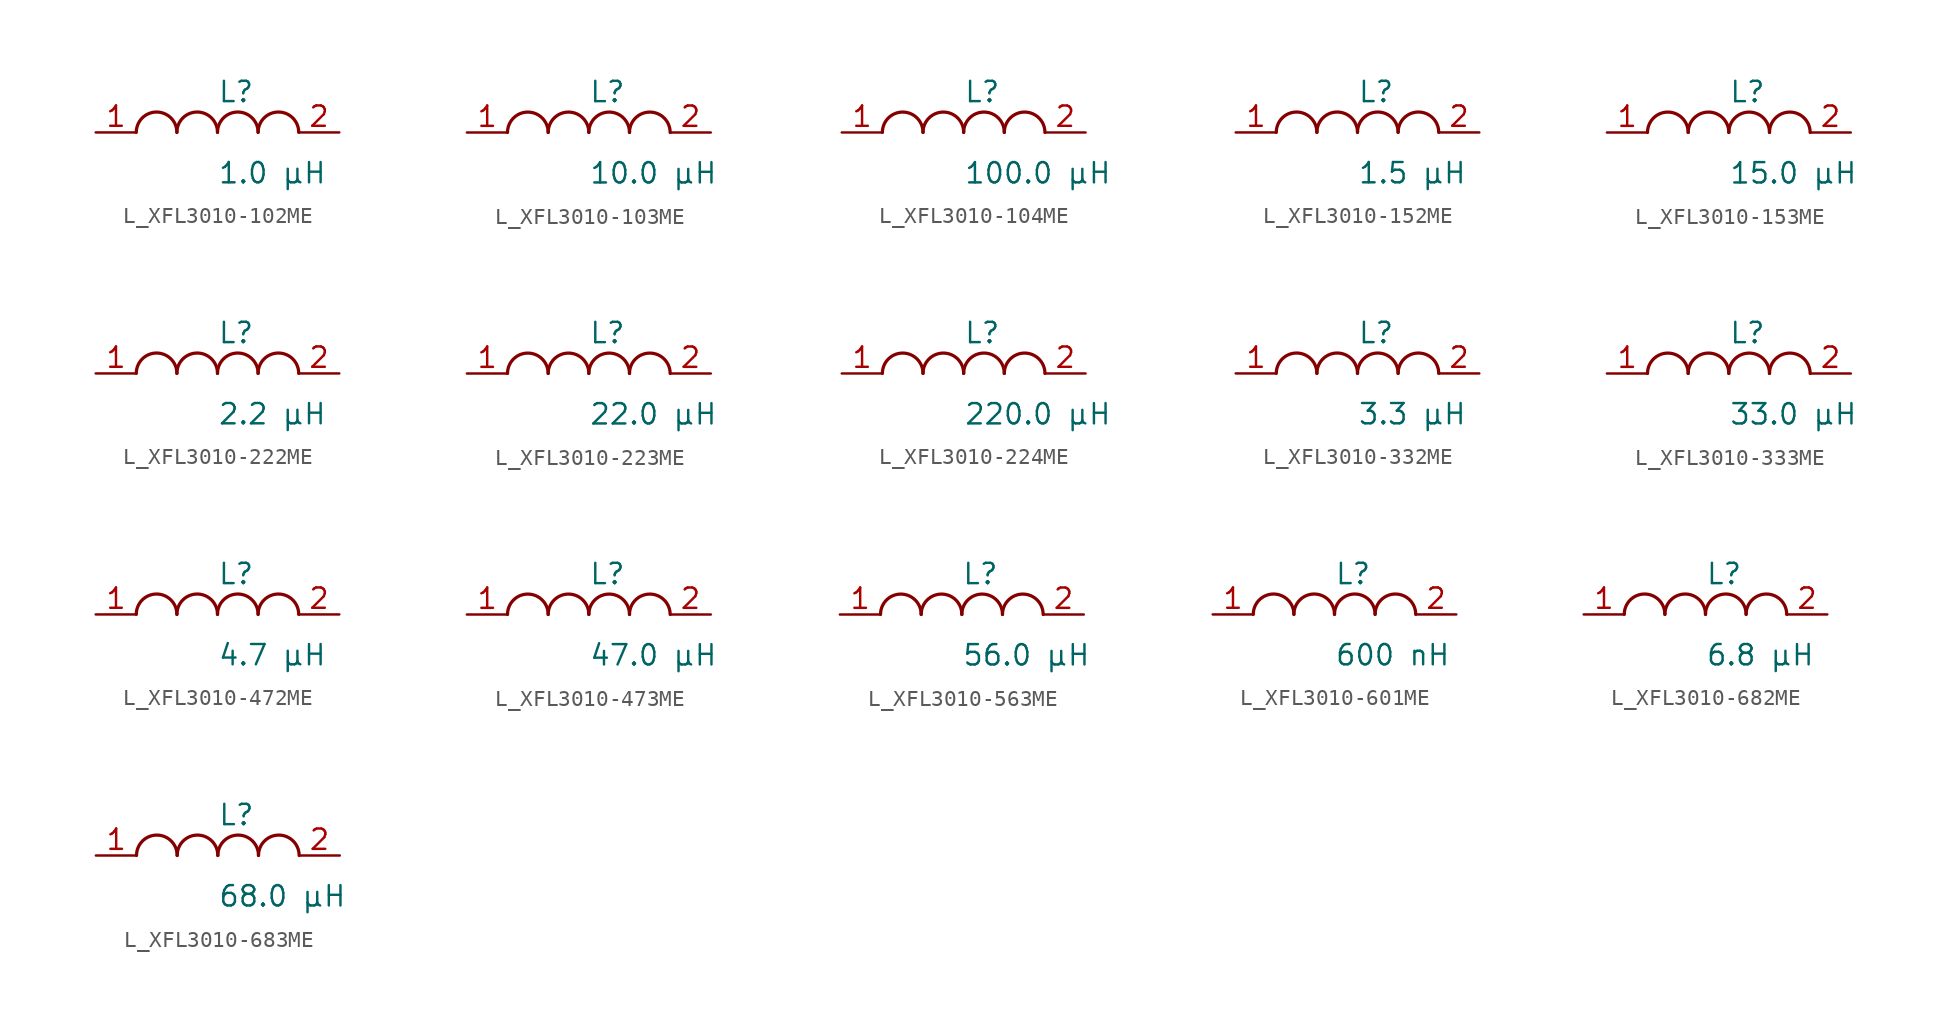
<source format=kicad_sym>
(kicad_symbol_lib
  (version 20231120)
  (generator kicad_symbol_editor)
  (generator_version 8.0)
  (symbol "L_XFL3010-102ME"
    (pin_names
      (offset 0.254))
    (property "Reference" "L"
      (at 0 2.54 0)
      (effects (font (size 1.27 1.27)) (justify left)))
    (property "Value" "1.0 µH"
      (at 0 -2.54 0)
      (effects (font (size 1.27 1.27)) (justify left)))
    (symbol "L_XFL3010-102ME_1_1"
      (arc (start -2.54 0.0056) (mid -3.81 1.27) (end -5.08 0.0056) (stroke (width 0.2032) (type default)) (fill (type none)))
      (arc (start 0 0.0056) (mid -1.27 1.27) (end -2.54 0.0056) (stroke (width 0.2032) (type default)) (fill (type none)))
      (arc (start 2.54 0.0056) (mid 1.27 1.27) (end 0 0.0056) (stroke (width 0.2032) (type default)) (fill (type none)))
      (arc (start 5.08 0.0056) (mid 3.81 1.27) (end 2.54 0.0056) (stroke (width 0.2032) (type default)) (fill (type none)))
      (pin unspecified line (at -7.62 0 0) (length 2.54) (name "" (effects (font (size 1.27 1.27)))) (number "1" (effects (font (size 1.27 1.27)))))
      (pin unspecified line (at 7.62 0 180) (length 2.54) (name "" (effects (font (size 1.27 1.27)))) (number "2" (effects (font (size 1.27 1.27)))))))
  (symbol "L_XFL3010-103ME"
    (pin_names
      (offset 0.254))
    (property "Reference" "L"
      (at 0 2.54 0)
      (effects (font (size 1.27 1.27)) (justify left)))
    (property "Value" "10.0 µH"
      (at 0 -2.54 0)
      (effects (font (size 1.27 1.27)) (justify left)))
    (symbol "L_XFL3010-103ME_1_1"
      (arc (start -2.54 0.0056) (mid -3.81 1.27) (end -5.08 0.0056) (stroke (width 0.2032) (type default)) (fill (type none)))
      (arc (start 0 0.0056) (mid -1.27 1.27) (end -2.54 0.0056) (stroke (width 0.2032) (type default)) (fill (type none)))
      (arc (start 2.54 0.0056) (mid 1.27 1.27) (end 0 0.0056) (stroke (width 0.2032) (type default)) (fill (type none)))
      (arc (start 5.08 0.0056) (mid 3.81 1.27) (end 2.54 0.0056) (stroke (width 0.2032) (type default)) (fill (type none)))
      (pin unspecified line (at -7.62 0 0) (length 2.54) (name "" (effects (font (size 1.27 1.27)))) (number "1" (effects (font (size 1.27 1.27)))))
      (pin unspecified line (at 7.62 0 180) (length 2.54) (name "" (effects (font (size 1.27 1.27)))) (number "2" (effects (font (size 1.27 1.27)))))))
  (symbol "L_XFL3010-104ME"
    (pin_names
      (offset 0.254))
    (property "Reference" "L"
      (at 0 2.54 0)
      (effects (font (size 1.27 1.27)) (justify left)))
    (property "Value" "100.0 µH"
      (at 0 -2.54 0)
      (effects (font (size 1.27 1.27)) (justify left)))
    (symbol "L_XFL3010-104ME_1_1"
      (arc (start -2.54 0.0056) (mid -3.81 1.27) (end -5.08 0.0056) (stroke (width 0.2032) (type default)) (fill (type none)))
      (arc (start 0 0.0056) (mid -1.27 1.27) (end -2.54 0.0056) (stroke (width 0.2032) (type default)) (fill (type none)))
      (arc (start 2.54 0.0056) (mid 1.27 1.27) (end 0 0.0056) (stroke (width 0.2032) (type default)) (fill (type none)))
      (arc (start 5.08 0.0056) (mid 3.81 1.27) (end 2.54 0.0056) (stroke (width 0.2032) (type default)) (fill (type none)))
      (pin unspecified line (at -7.62 0 0) (length 2.54) (name "" (effects (font (size 1.27 1.27)))) (number "1" (effects (font (size 1.27 1.27)))))
      (pin unspecified line (at 7.62 0 180) (length 2.54) (name "" (effects (font (size 1.27 1.27)))) (number "2" (effects (font (size 1.27 1.27)))))))
  (symbol "L_XFL3010-152ME"
    (pin_names
      (offset 0.254))
    (property "Reference" "L"
      (at 0 2.54 0)
      (effects (font (size 1.27 1.27)) (justify left)))
    (property "Value" "1.5 µH"
      (at 0 -2.54 0)
      (effects (font (size 1.27 1.27)) (justify left)))
    (symbol "L_XFL3010-152ME_1_1"
      (arc (start -2.54 0.0056) (mid -3.81 1.27) (end -5.08 0.0056) (stroke (width 0.2032) (type default)) (fill (type none)))
      (arc (start 0 0.0056) (mid -1.27 1.27) (end -2.54 0.0056) (stroke (width 0.2032) (type default)) (fill (type none)))
      (arc (start 2.54 0.0056) (mid 1.27 1.27) (end 0 0.0056) (stroke (width 0.2032) (type default)) (fill (type none)))
      (arc (start 5.08 0.0056) (mid 3.81 1.27) (end 2.54 0.0056) (stroke (width 0.2032) (type default)) (fill (type none)))
      (pin unspecified line (at -7.62 0 0) (length 2.54) (name "" (effects (font (size 1.27 1.27)))) (number "1" (effects (font (size 1.27 1.27)))))
      (pin unspecified line (at 7.62 0 180) (length 2.54) (name "" (effects (font (size 1.27 1.27)))) (number "2" (effects (font (size 1.27 1.27)))))))
  (symbol "L_XFL3010-153ME"
    (pin_names
      (offset 0.254))
    (property "Reference" "L"
      (at 0 2.54 0)
      (effects (font (size 1.27 1.27)) (justify left)))
    (property "Value" "15.0 µH"
      (at 0 -2.54 0)
      (effects (font (size 1.27 1.27)) (justify left)))
    (symbol "L_XFL3010-153ME_1_1"
      (arc (start -2.54 0.0056) (mid -3.81 1.27) (end -5.08 0.0056) (stroke (width 0.2032) (type default)) (fill (type none)))
      (arc (start 0 0.0056) (mid -1.27 1.27) (end -2.54 0.0056) (stroke (width 0.2032) (type default)) (fill (type none)))
      (arc (start 2.54 0.0056) (mid 1.27 1.27) (end 0 0.0056) (stroke (width 0.2032) (type default)) (fill (type none)))
      (arc (start 5.08 0.0056) (mid 3.81 1.27) (end 2.54 0.0056) (stroke (width 0.2032) (type default)) (fill (type none)))
      (pin unspecified line (at -7.62 0 0) (length 2.54) (name "" (effects (font (size 1.27 1.27)))) (number "1" (effects (font (size 1.27 1.27)))))
      (pin unspecified line (at 7.62 0 180) (length 2.54) (name "" (effects (font (size 1.27 1.27)))) (number "2" (effects (font (size 1.27 1.27)))))))
  (symbol "L_XFL3010-222ME"
    (pin_names
      (offset 0.254))
    (property "Reference" "L"
      (at 0 2.54 0)
      (effects (font (size 1.27 1.27)) (justify left)))
    (property "Value" "2.2 µH"
      (at 0 -2.54 0)
      (effects (font (size 1.27 1.27)) (justify left)))
    (symbol "L_XFL3010-222ME_1_1"
      (arc (start -2.54 0.0056) (mid -3.81 1.27) (end -5.08 0.0056) (stroke (width 0.2032) (type default)) (fill (type none)))
      (arc (start 0 0.0056) (mid -1.27 1.27) (end -2.54 0.0056) (stroke (width 0.2032) (type default)) (fill (type none)))
      (arc (start 2.54 0.0056) (mid 1.27 1.27) (end 0 0.0056) (stroke (width 0.2032) (type default)) (fill (type none)))
      (arc (start 5.08 0.0056) (mid 3.81 1.27) (end 2.54 0.0056) (stroke (width 0.2032) (type default)) (fill (type none)))
      (pin unspecified line (at -7.62 0 0) (length 2.54) (name "" (effects (font (size 1.27 1.27)))) (number "1" (effects (font (size 1.27 1.27)))))
      (pin unspecified line (at 7.62 0 180) (length 2.54) (name "" (effects (font (size 1.27 1.27)))) (number "2" (effects (font (size 1.27 1.27)))))))
  (symbol "L_XFL3010-223ME"
    (pin_names
      (offset 0.254))
    (property "Reference" "L"
      (at 0 2.54 0)
      (effects (font (size 1.27 1.27)) (justify left)))
    (property "Value" "22.0 µH"
      (at 0 -2.54 0)
      (effects (font (size 1.27 1.27)) (justify left)))
    (symbol "L_XFL3010-223ME_1_1"
      (arc (start -2.54 0.0056) (mid -3.81 1.27) (end -5.08 0.0056) (stroke (width 0.2032) (type default)) (fill (type none)))
      (arc (start 0 0.0056) (mid -1.27 1.27) (end -2.54 0.0056) (stroke (width 0.2032) (type default)) (fill (type none)))
      (arc (start 2.54 0.0056) (mid 1.27 1.27) (end 0 0.0056) (stroke (width 0.2032) (type default)) (fill (type none)))
      (arc (start 5.08 0.0056) (mid 3.81 1.27) (end 2.54 0.0056) (stroke (width 0.2032) (type default)) (fill (type none)))
      (pin unspecified line (at -7.62 0 0) (length 2.54) (name "" (effects (font (size 1.27 1.27)))) (number "1" (effects (font (size 1.27 1.27)))))
      (pin unspecified line (at 7.62 0 180) (length 2.54) (name "" (effects (font (size 1.27 1.27)))) (number "2" (effects (font (size 1.27 1.27)))))))
  (symbol "L_XFL3010-224ME"
    (pin_names
      (offset 0.254))
    (property "Reference" "L"
      (at 0 2.54 0)
      (effects (font (size 1.27 1.27)) (justify left)))
    (property "Value" "220.0 µH"
      (at 0 -2.54 0)
      (effects (font (size 1.27 1.27)) (justify left)))
    (symbol "L_XFL3010-224ME_1_1"
      (arc (start -2.54 0.0056) (mid -3.81 1.27) (end -5.08 0.0056) (stroke (width 0.2032) (type default)) (fill (type none)))
      (arc (start 0 0.0056) (mid -1.27 1.27) (end -2.54 0.0056) (stroke (width 0.2032) (type default)) (fill (type none)))
      (arc (start 2.54 0.0056) (mid 1.27 1.27) (end 0 0.0056) (stroke (width 0.2032) (type default)) (fill (type none)))
      (arc (start 5.08 0.0056) (mid 3.81 1.27) (end 2.54 0.0056) (stroke (width 0.2032) (type default)) (fill (type none)))
      (pin unspecified line (at -7.62 0 0) (length 2.54) (name "" (effects (font (size 1.27 1.27)))) (number "1" (effects (font (size 1.27 1.27)))))
      (pin unspecified line (at 7.62 0 180) (length 2.54) (name "" (effects (font (size 1.27 1.27)))) (number "2" (effects (font (size 1.27 1.27)))))))
  (symbol "L_XFL3010-332ME"
    (pin_names
      (offset 0.254))
    (property "Reference" "L"
      (at 0 2.54 0)
      (effects (font (size 1.27 1.27)) (justify left)))
    (property "Value" "3.3 µH"
      (at 0 -2.54 0)
      (effects (font (size 1.27 1.27)) (justify left)))
    (symbol "L_XFL3010-332ME_1_1"
      (arc (start -2.54 0.0056) (mid -3.81 1.27) (end -5.08 0.0056) (stroke (width 0.2032) (type default)) (fill (type none)))
      (arc (start 0 0.0056) (mid -1.27 1.27) (end -2.54 0.0056) (stroke (width 0.2032) (type default)) (fill (type none)))
      (arc (start 2.54 0.0056) (mid 1.27 1.27) (end 0 0.0056) (stroke (width 0.2032) (type default)) (fill (type none)))
      (arc (start 5.08 0.0056) (mid 3.81 1.27) (end 2.54 0.0056) (stroke (width 0.2032) (type default)) (fill (type none)))
      (pin unspecified line (at -7.62 0 0) (length 2.54) (name "" (effects (font (size 1.27 1.27)))) (number "1" (effects (font (size 1.27 1.27)))))
      (pin unspecified line (at 7.62 0 180) (length 2.54) (name "" (effects (font (size 1.27 1.27)))) (number "2" (effects (font (size 1.27 1.27)))))))
  (symbol "L_XFL3010-333ME"
    (pin_names
      (offset 0.254))
    (property "Reference" "L"
      (at 0 2.54 0)
      (effects (font (size 1.27 1.27)) (justify left)))
    (property "Value" "33.0 µH"
      (at 0 -2.54 0)
      (effects (font (size 1.27 1.27)) (justify left)))
    (symbol "L_XFL3010-333ME_1_1"
      (arc (start -2.54 0.0056) (mid -3.81 1.27) (end -5.08 0.0056) (stroke (width 0.2032) (type default)) (fill (type none)))
      (arc (start 0 0.0056) (mid -1.27 1.27) (end -2.54 0.0056) (stroke (width 0.2032) (type default)) (fill (type none)))
      (arc (start 2.54 0.0056) (mid 1.27 1.27) (end 0 0.0056) (stroke (width 0.2032) (type default)) (fill (type none)))
      (arc (start 5.08 0.0056) (mid 3.81 1.27) (end 2.54 0.0056) (stroke (width 0.2032) (type default)) (fill (type none)))
      (pin unspecified line (at -7.62 0 0) (length 2.54) (name "" (effects (font (size 1.27 1.27)))) (number "1" (effects (font (size 1.27 1.27)))))
      (pin unspecified line (at 7.62 0 180) (length 2.54) (name "" (effects (font (size 1.27 1.27)))) (number "2" (effects (font (size 1.27 1.27)))))))
  (symbol "L_XFL3010-472ME"
    (pin_names
      (offset 0.254))
    (property "Reference" "L"
      (at 0 2.54 0)
      (effects (font (size 1.27 1.27)) (justify left)))
    (property "Value" "4.7 µH"
      (at 0 -2.54 0)
      (effects (font (size 1.27 1.27)) (justify left)))
    (symbol "L_XFL3010-472ME_1_1"
      (arc (start -2.54 0.0056) (mid -3.81 1.27) (end -5.08 0.0056) (stroke (width 0.2032) (type default)) (fill (type none)))
      (arc (start 0 0.0056) (mid -1.27 1.27) (end -2.54 0.0056) (stroke (width 0.2032) (type default)) (fill (type none)))
      (arc (start 2.54 0.0056) (mid 1.27 1.27) (end 0 0.0056) (stroke (width 0.2032) (type default)) (fill (type none)))
      (arc (start 5.08 0.0056) (mid 3.81 1.27) (end 2.54 0.0056) (stroke (width 0.2032) (type default)) (fill (type none)))
      (pin unspecified line (at -7.62 0 0) (length 2.54) (name "" (effects (font (size 1.27 1.27)))) (number "1" (effects (font (size 1.27 1.27)))))
      (pin unspecified line (at 7.62 0 180) (length 2.54) (name "" (effects (font (size 1.27 1.27)))) (number "2" (effects (font (size 1.27 1.27)))))))
  (symbol "L_XFL3010-473ME"
    (pin_names
      (offset 0.254))
    (property "Reference" "L"
      (at 0 2.54 0)
      (effects (font (size 1.27 1.27)) (justify left)))
    (property "Value" "47.0 µH"
      (at 0 -2.54 0)
      (effects (font (size 1.27 1.27)) (justify left)))
    (symbol "L_XFL3010-473ME_1_1"
      (arc (start -2.54 0.0056) (mid -3.81 1.27) (end -5.08 0.0056) (stroke (width 0.2032) (type default)) (fill (type none)))
      (arc (start 0 0.0056) (mid -1.27 1.27) (end -2.54 0.0056) (stroke (width 0.2032) (type default)) (fill (type none)))
      (arc (start 2.54 0.0056) (mid 1.27 1.27) (end 0 0.0056) (stroke (width 0.2032) (type default)) (fill (type none)))
      (arc (start 5.08 0.0056) (mid 3.81 1.27) (end 2.54 0.0056) (stroke (width 0.2032) (type default)) (fill (type none)))
      (pin unspecified line (at -7.62 0 0) (length 2.54) (name "" (effects (font (size 1.27 1.27)))) (number "1" (effects (font (size 1.27 1.27)))))
      (pin unspecified line (at 7.62 0 180) (length 2.54) (name "" (effects (font (size 1.27 1.27)))) (number "2" (effects (font (size 1.27 1.27)))))))
  (symbol "L_XFL3010-563ME"
    (pin_names
      (offset 0.254))
    (property "Reference" "L"
      (at 0 2.54 0)
      (effects (font (size 1.27 1.27)) (justify left)))
    (property "Value" "56.0 µH"
      (at 0 -2.54 0)
      (effects (font (size 1.27 1.27)) (justify left)))
    (symbol "L_XFL3010-563ME_1_1"
      (arc (start -2.54 0.0056) (mid -3.81 1.27) (end -5.08 0.0056) (stroke (width 0.2032) (type default)) (fill (type none)))
      (arc (start 0 0.0056) (mid -1.27 1.27) (end -2.54 0.0056) (stroke (width 0.2032) (type default)) (fill (type none)))
      (arc (start 2.54 0.0056) (mid 1.27 1.27) (end 0 0.0056) (stroke (width 0.2032) (type default)) (fill (type none)))
      (arc (start 5.08 0.0056) (mid 3.81 1.27) (end 2.54 0.0056) (stroke (width 0.2032) (type default)) (fill (type none)))
      (pin unspecified line (at -7.62 0 0) (length 2.54) (name "" (effects (font (size 1.27 1.27)))) (number "1" (effects (font (size 1.27 1.27)))))
      (pin unspecified line (at 7.62 0 180) (length 2.54) (name "" (effects (font (size 1.27 1.27)))) (number "2" (effects (font (size 1.27 1.27)))))))
  (symbol "L_XFL3010-601ME"
    (pin_names
      (offset 0.254))
    (property "Reference" "L"
      (at 0 2.54 0)
      (effects (font (size 1.27 1.27)) (justify left)))
    (property "Value" "600 nH"
      (at 0 -2.54 0)
      (effects (font (size 1.27 1.27)) (justify left)))
    (symbol "L_XFL3010-601ME_1_1"
      (arc (start -2.54 0.0056) (mid -3.81 1.27) (end -5.08 0.0056) (stroke (width 0.2032) (type default)) (fill (type none)))
      (arc (start 0 0.0056) (mid -1.27 1.27) (end -2.54 0.0056) (stroke (width 0.2032) (type default)) (fill (type none)))
      (arc (start 2.54 0.0056) (mid 1.27 1.27) (end 0 0.0056) (stroke (width 0.2032) (type default)) (fill (type none)))
      (arc (start 5.08 0.0056) (mid 3.81 1.27) (end 2.54 0.0056) (stroke (width 0.2032) (type default)) (fill (type none)))
      (pin unspecified line (at -7.62 0 0) (length 2.54) (name "" (effects (font (size 1.27 1.27)))) (number "1" (effects (font (size 1.27 1.27)))))
      (pin unspecified line (at 7.62 0 180) (length 2.54) (name "" (effects (font (size 1.27 1.27)))) (number "2" (effects (font (size 1.27 1.27)))))))
  (symbol "L_XFL3010-682ME"
    (pin_names
      (offset 0.254))
    (property "Reference" "L"
      (at 0 2.54 0)
      (effects (font (size 1.27 1.27)) (justify left)))
    (property "Value" "6.8 µH"
      (at 0 -2.54 0)
      (effects (font (size 1.27 1.27)) (justify left)))
    (symbol "L_XFL3010-682ME_1_1"
      (arc (start -2.54 0.0056) (mid -3.81 1.27) (end -5.08 0.0056) (stroke (width 0.2032) (type default)) (fill (type none)))
      (arc (start 0 0.0056) (mid -1.27 1.27) (end -2.54 0.0056) (stroke (width 0.2032) (type default)) (fill (type none)))
      (arc (start 2.54 0.0056) (mid 1.27 1.27) (end 0 0.0056) (stroke (width 0.2032) (type default)) (fill (type none)))
      (arc (start 5.08 0.0056) (mid 3.81 1.27) (end 2.54 0.0056) (stroke (width 0.2032) (type default)) (fill (type none)))
      (pin unspecified line (at -7.62 0 0) (length 2.54) (name "" (effects (font (size 1.27 1.27)))) (number "1" (effects (font (size 1.27 1.27)))))
      (pin unspecified line (at 7.62 0 180) (length 2.54) (name "" (effects (font (size 1.27 1.27)))) (number "2" (effects (font (size 1.27 1.27)))))))
  (symbol "L_XFL3010-683ME"
    (pin_names
      (offset 0.254))
    (property "Reference" "L"
      (at 0 2.54 0)
      (effects (font (size 1.27 1.27)) (justify left)))
    (property "Value" "68.0 µH"
      (at 0 -2.54 0)
      (effects (font (size 1.27 1.27)) (justify left)))
    (symbol "L_XFL3010-683ME_1_1"
      (arc (start -2.54 0.0056) (mid -3.81 1.27) (end -5.08 0.0056) (stroke (width 0.2032) (type default)) (fill (type none)))
      (arc (start 0 0.0056) (mid -1.27 1.27) (end -2.54 0.0056) (stroke (width 0.2032) (type default)) (fill (type none)))
      (arc (start 2.54 0.0056) (mid 1.27 1.27) (end 0 0.0056) (stroke (width 0.2032) (type default)) (fill (type none)))
      (arc (start 5.08 0.0056) (mid 3.81 1.27) (end 2.54 0.0056) (stroke (width 0.2032) (type default)) (fill (type none)))
      (pin unspecified line (at -7.62 0 0) (length 2.54) (name "" (effects (font (size 1.27 1.27)))) (number "1" (effects (font (size 1.27 1.27)))))
      (pin unspecified line (at 7.62 0 180) (length 2.54) (name "" (effects (font (size 1.27 1.27)))) (number "2" (effects (font (size 1.27 1.27))))))))
</source>
